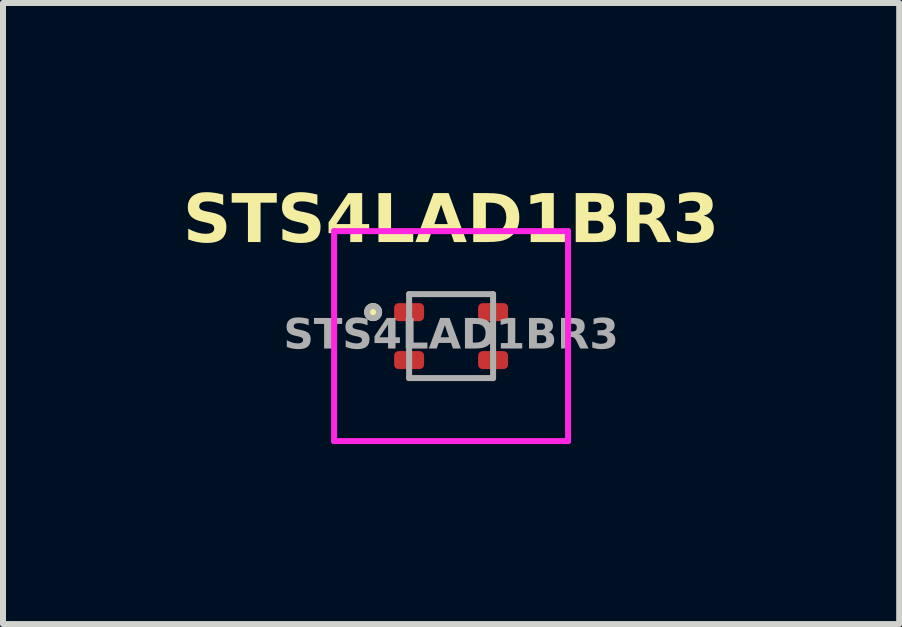
<source format=kicad_pcb>
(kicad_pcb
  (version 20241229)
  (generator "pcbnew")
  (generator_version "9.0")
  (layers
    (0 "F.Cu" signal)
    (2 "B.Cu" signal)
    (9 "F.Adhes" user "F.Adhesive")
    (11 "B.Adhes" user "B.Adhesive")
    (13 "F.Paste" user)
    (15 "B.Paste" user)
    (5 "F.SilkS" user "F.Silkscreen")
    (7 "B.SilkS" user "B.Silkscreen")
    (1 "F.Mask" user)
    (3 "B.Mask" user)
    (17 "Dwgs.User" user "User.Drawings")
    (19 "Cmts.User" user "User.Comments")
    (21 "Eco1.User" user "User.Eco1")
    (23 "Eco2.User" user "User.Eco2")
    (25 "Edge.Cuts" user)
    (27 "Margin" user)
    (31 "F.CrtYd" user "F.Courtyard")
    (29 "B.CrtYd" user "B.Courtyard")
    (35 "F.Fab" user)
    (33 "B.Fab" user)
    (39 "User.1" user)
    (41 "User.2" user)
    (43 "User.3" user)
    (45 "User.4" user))
  (footprint "STS4LAD1BR3"
    (layer "F.Cu")
    (at 4.47 2.553)
    (property "Reference" "STS4LAD1BR3" (at 0 -1.9 0) (layer "F.SilkS") (effects (font (face "JetBrains Mono SemiBold") (size 0.8 0.8) (thickness 0.1))))
    (attr smd)
    (fp_circle (center -1.3 -0.4) (end -1.3 -0.3) (stroke (width 0.1) (type default)) (fill yes) (layer "F.SilkS"))
    (fp_line (start -1.95 -1.75) (end 1.95 -1.75) (stroke (width 0.1) (type solid)) (layer "F.CrtYd"))
    (fp_line (start -1.95 1.75) (end -1.95 -1.75) (stroke (width 0.1) (type solid)) (layer "F.CrtYd"))
    (fp_line (start 1.95 -1.75) (end 1.95 1.75) (stroke (width 0.1) (type solid)) (layer "F.CrtYd"))
    (fp_line (start 1.95 1.75) (end -1.95 1.75) (stroke (width 0.1) (type solid)) (layer "F.CrtYd"))
    (fp_line (start -0.7 -0.7) (end 0.7 -0.7) (stroke (width 0.1) (type solid)) (layer "F.Fab"))
    (fp_line (start -0.7 0.7) (end -0.7 -0.7) (stroke (width 0.1) (type solid)) (layer "F.Fab"))
    (fp_line (start 0.7 -0.7) (end 0.7 0.7) (stroke (width 0.1) (type solid)) (layer "F.Fab"))
    (fp_line (start 0.7 0.7) (end -0.7 0.7) (stroke (width 0.1) (type solid)) (layer "F.Fab"))
    (fp_circle (center -1.3 -0.4) (end -1.3 -0.3) (stroke (width 0.1) (type default)) (fill no) (layer "F.Fab"))
    (fp_text user "${REFERENCE}" (at 0 0 0) (layer "F.Fab") (effects (font (face "JetBrains Mono SemiBold") (size 0.5 0.5) (thickness 0.062))))
    (pad "1" smd roundrect (at -0.7 -0.4 90) (size 0.3 0.5) (layers "F.Cu" "F.Mask" "F.Paste") (roundrect_rratio 0.25))
    (pad "2" smd roundrect (at -0.7 0.4 90) (size 0.3 0.5) (layers "F.Cu" "F.Mask" "F.Paste") (roundrect_rratio 0.25))
    (pad "3" smd roundrect (at 0.7 0.4 90) (size 0.3 0.5) (layers "F.Cu" "F.Mask" "F.Paste") (roundrect_rratio 0.25))
    (pad "4" smd roundrect (at 0.7 -0.4 90) (size 0.3 0.5) (layers "F.Cu" "F.Mask" "F.Paste") (roundrect_rratio 0.25)))
  (gr_rect
    (start -3 -3)
    (end 11.94 7.353)
    (stroke (width 0.1) (type default))
    (fill no)
    (layer "Edge.Cuts")))
</source>
